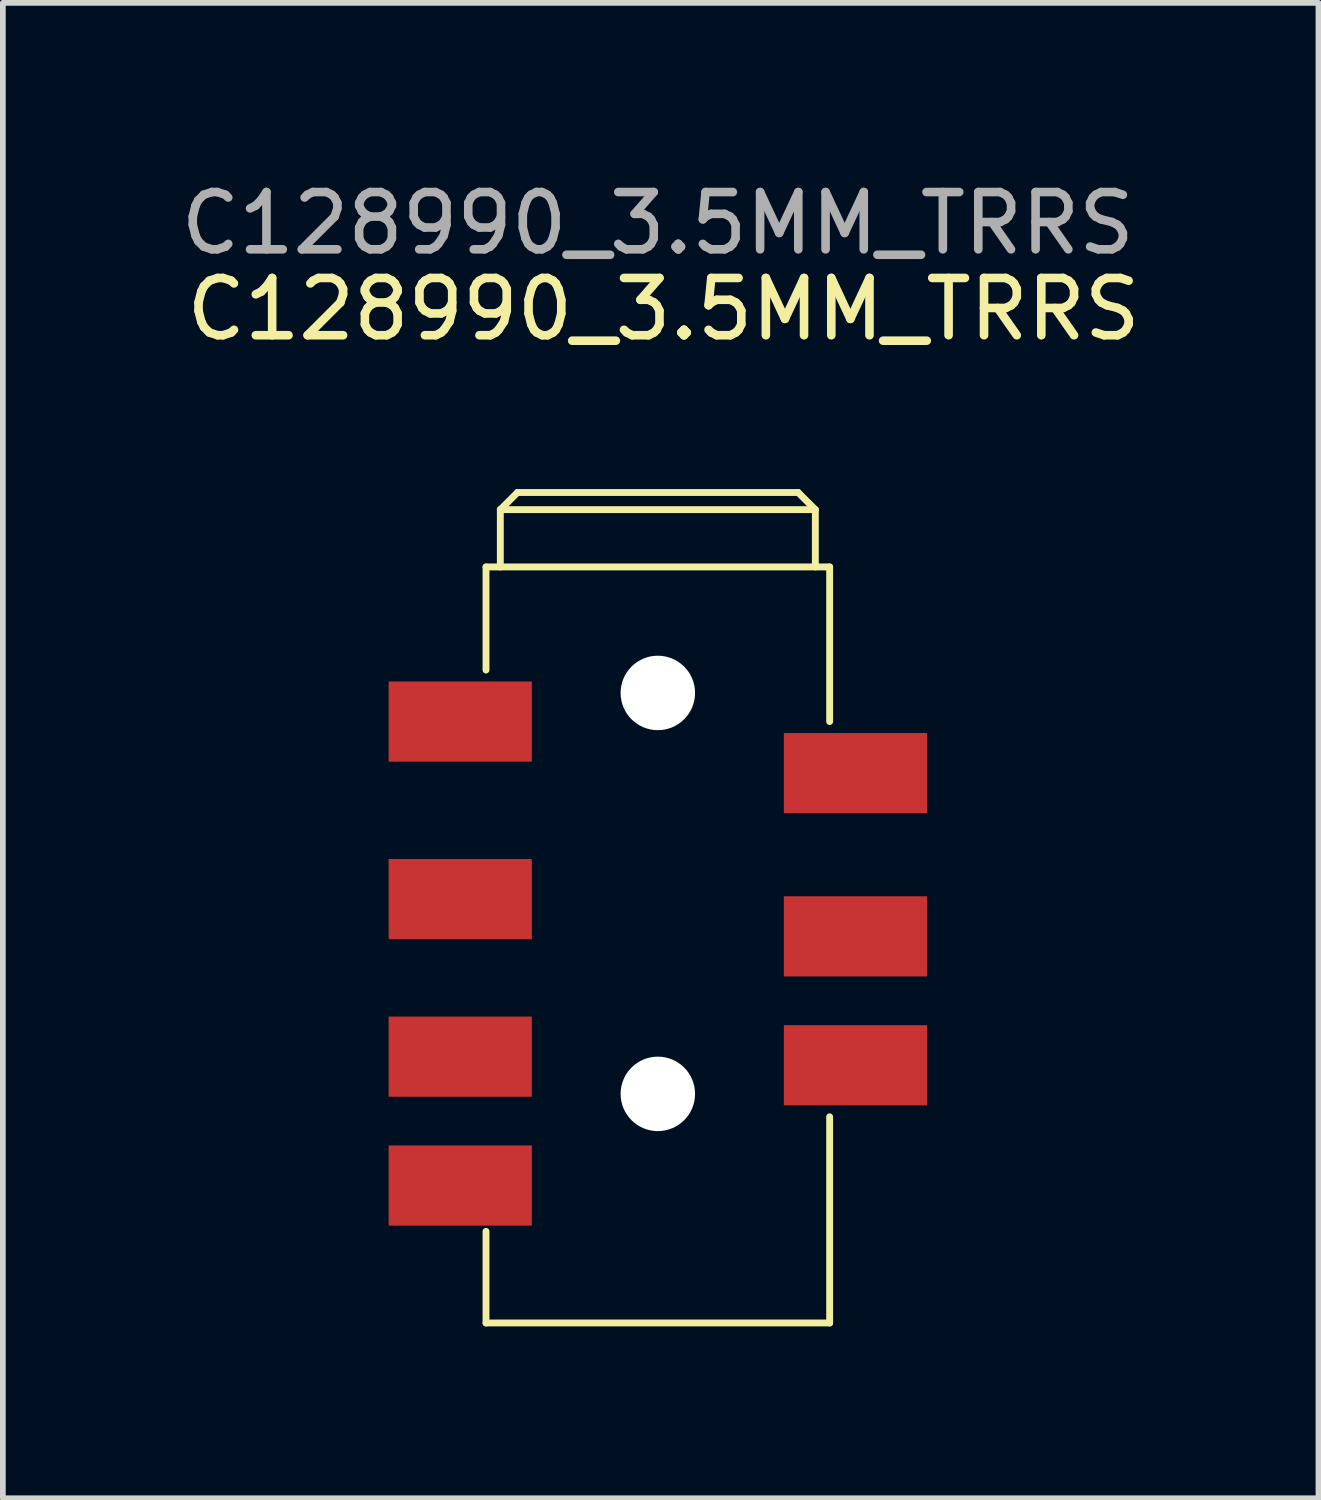
<source format=kicad_pcb>
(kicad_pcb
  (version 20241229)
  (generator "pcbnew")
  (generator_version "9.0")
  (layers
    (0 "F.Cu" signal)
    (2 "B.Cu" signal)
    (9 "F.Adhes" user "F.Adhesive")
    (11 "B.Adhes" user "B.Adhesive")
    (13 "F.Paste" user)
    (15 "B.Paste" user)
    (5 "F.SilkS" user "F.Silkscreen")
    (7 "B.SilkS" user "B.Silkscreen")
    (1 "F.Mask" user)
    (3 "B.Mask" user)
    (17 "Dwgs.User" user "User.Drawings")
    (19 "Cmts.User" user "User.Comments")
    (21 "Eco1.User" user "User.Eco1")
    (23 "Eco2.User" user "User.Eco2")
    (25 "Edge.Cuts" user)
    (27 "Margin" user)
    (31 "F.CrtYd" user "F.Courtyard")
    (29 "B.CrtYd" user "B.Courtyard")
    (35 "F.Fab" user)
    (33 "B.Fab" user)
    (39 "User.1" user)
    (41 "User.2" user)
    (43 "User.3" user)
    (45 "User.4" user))
  (footprint "C128990_3.5MM_TRRS"
    (layer "F.Cu")
    (at 8.435 6.848)
    (property "Reference" "C128990_3.5MM_TRRS" (at 0.1 -4.5 0) (unlocked yes) (layer "F.SilkS") (effects (font (size 1 1) (thickness 0.15))))
    (attr smd)
    (fp_line (start -3 0) (end 3 0) (stroke (width 0.12) (type solid)) (layer "F.SilkS"))
    (fp_line (start -3 1.8) (end -3 0) (stroke (width 0.12) (type solid)) (layer "F.SilkS"))
    (fp_line (start -3 11.6) (end -3 13.2) (stroke (width 0.12) (type solid)) (layer "F.SilkS"))
    (fp_line (start -3 13.2) (end 3 13.2) (stroke (width 0.12) (type solid)) (layer "F.SilkS"))
    (fp_line (start -2.75 -1) (end -2.45 -1.3) (stroke (width 0.12) (type solid)) (layer "F.SilkS"))
    (fp_line (start -2.75 -1) (end 2.75 -1) (stroke (width 0.12) (type solid)) (layer "F.SilkS"))
    (fp_line (start -2.75 0) (end -2.75 -1) (stroke (width 0.12) (type solid)) (layer "F.SilkS"))
    (fp_line (start -2.45 -1.3) (end 2.45 -1.3) (stroke (width 0.12) (type solid)) (layer "F.SilkS"))
    (fp_line (start 2.75 -1) (end 2.45 -1.3) (stroke (width 0.12) (type solid)) (layer "F.SilkS"))
    (fp_line (start 2.75 -1) (end 2.75 0) (stroke (width 0.12) (type solid)) (layer "F.SilkS"))
    (fp_line (start 3 0) (end 3 2.7) (stroke (width 0.12) (type solid)) (layer "F.SilkS"))
    (fp_line (start 3 13.2) (end 3 9.6) (stroke (width 0.12) (type solid)) (layer "F.SilkS"))
    (fp_text user "${REFERENCE}" (at 0 -6 0) (unlocked yes) (layer "F.Fab") (effects (font (size 1 1) (thickness 0.15))))
    (pad "" np_thru_hole circle (at 0 2.2) (size 1.3 1.3) (drill 1.3) (layers "*.Cu" "*.Mask"))
    (pad "" np_thru_hole circle (at 0 9.2) (size 1.3 1.3) (drill 1.3) (layers "*.Cu" "*.Mask"))
    (pad "1" smd rect (at -3.45 2.7) (size 2.5 1.4) (layers "F.Cu" "F.Mask"))
    (pad "2" smd rect (at 3.45 8.7) (size 2.5 1.4) (layers "F.Cu" "F.Mask"))
    (pad "3" smd rect (at -3.45 8.55) (size 2.5 1.4) (layers "F.Cu" "F.Mask"))
    (pad "4" smd rect (at -3.45 5.8) (size 2.5 1.4) (layers "F.Cu" "F.Mask"))
    (pad "5" smd rect (at -3.45 10.8) (size 2.5 1.4) (layers "F.Cu" "F.Mask"))
    (pad "6" smd rect (at 3.45 6.45) (size 2.5 1.4) (layers "F.Cu" "F.Mask"))
    (pad "7" smd rect (at 3.45 3.6) (size 2.5 1.4) (layers "F.Cu" "F.Mask")))
  (gr_rect
    (start -3 -3)
    (end 19.969 23.108)
    (stroke (width 0.1) (type default))
    (fill no)
    (layer "Edge.Cuts")))
</source>
